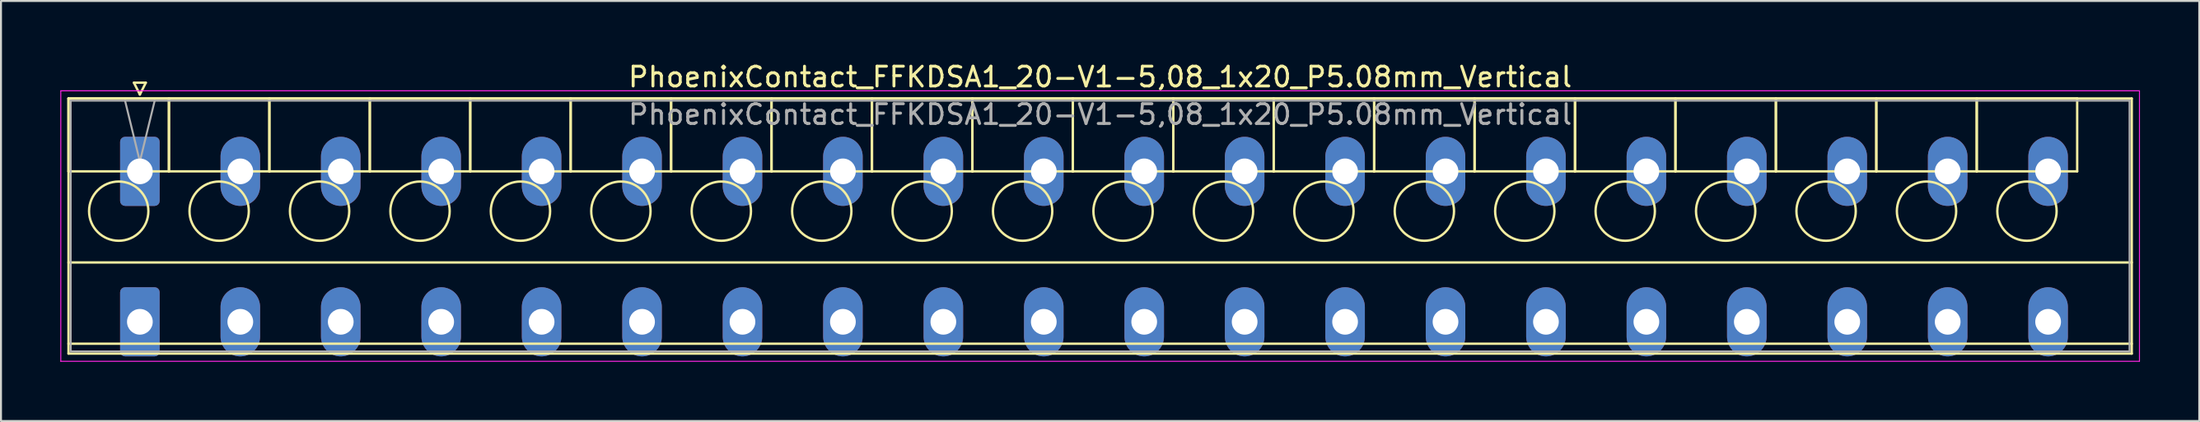
<source format=kicad_pcb>
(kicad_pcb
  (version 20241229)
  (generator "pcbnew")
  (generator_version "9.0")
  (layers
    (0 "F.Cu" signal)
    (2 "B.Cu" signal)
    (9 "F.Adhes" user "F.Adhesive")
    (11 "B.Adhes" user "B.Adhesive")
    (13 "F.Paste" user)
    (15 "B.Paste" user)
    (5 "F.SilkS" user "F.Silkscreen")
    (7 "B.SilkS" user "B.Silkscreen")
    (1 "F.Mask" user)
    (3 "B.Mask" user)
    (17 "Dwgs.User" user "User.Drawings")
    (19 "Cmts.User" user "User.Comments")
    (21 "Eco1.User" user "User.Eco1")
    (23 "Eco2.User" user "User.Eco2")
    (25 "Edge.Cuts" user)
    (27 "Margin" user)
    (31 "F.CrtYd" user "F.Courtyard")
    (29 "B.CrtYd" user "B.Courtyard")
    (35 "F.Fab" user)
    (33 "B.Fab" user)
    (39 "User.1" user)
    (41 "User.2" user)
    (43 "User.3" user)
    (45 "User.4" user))
  (footprint "PhoenixContact_FFKDSA1_20-V1-5,08_1x20_P5.08mm_Vertical"
    (layer "F.Cu")
    (at 4.025 5.628)
    (property "Reference" "PhoenixContact_FFKDSA1_20-V1-5,08_1x20_P5.08mm_Vertical" (at 48.57 -4.78 0) (layer "F.SilkS") (effects (font (size 1 1) (thickness 0.15))))
    (attr through_hole)
    (fp_line (start -3.61 -3.69) (end -3.61 0) (stroke (width 0.12) (type solid)) (layer "F.SilkS"))
    (fp_line (start -3.61 -3.69) (end -3.61 9.23) (stroke (width 0.12) (type solid)) (layer "F.SilkS"))
    (fp_line (start -3.61 0) (end 1.47 0) (stroke (width 0.12) (type solid)) (layer "F.SilkS"))
    (fp_line (start -3.61 4.615) (end 100.75 4.615) (stroke (width 0.12) (type solid)) (layer "F.SilkS"))
    (fp_line (start -3.61 8.73) (end 100.75 8.73) (stroke (width 0.12) (type solid)) (layer "F.SilkS"))
    (fp_line (start -3.61 9.23) (end 100.75 9.23) (stroke (width 0.12) (type solid)) (layer "F.SilkS"))
    (fp_line (start -0.3 -4.49) (end 0.3 -4.49) (stroke (width 0.12) (type solid)) (layer "F.SilkS"))
    (fp_line (start 0 -3.89) (end -0.3 -4.49) (stroke (width 0.12) (type solid)) (layer "F.SilkS"))
    (fp_line (start 0.3 -4.49) (end 0 -3.89) (stroke (width 0.12) (type solid)) (layer "F.SilkS"))
    (fp_line (start 1.47 -3.69) (end -3.61 -3.69) (stroke (width 0.12) (type solid)) (layer "F.SilkS"))
    (fp_line (start 1.47 -3.69) (end 1.47 0) (stroke (width 0.12) (type solid)) (layer "F.SilkS"))
    (fp_line (start 1.47 0) (end 1.47 -3.69) (stroke (width 0.12) (type solid)) (layer "F.SilkS"))
    (fp_line (start 1.47 0) (end 6.55 0) (stroke (width 0.12) (type solid)) (layer "F.SilkS"))
    (fp_line (start 6.55 -3.69) (end 1.47 -3.69) (stroke (width 0.12) (type solid)) (layer "F.SilkS"))
    (fp_line (start 6.55 -3.69) (end 6.55 0) (stroke (width 0.12) (type solid)) (layer "F.SilkS"))
    (fp_line (start 6.55 0) (end 6.55 -3.69) (stroke (width 0.12) (type solid)) (layer "F.SilkS"))
    (fp_line (start 6.55 0) (end 11.63 0) (stroke (width 0.12) (type solid)) (layer "F.SilkS"))
    (fp_line (start 11.63 -3.69) (end 6.55 -3.69) (stroke (width 0.12) (type solid)) (layer "F.SilkS"))
    (fp_line (start 11.63 -3.69) (end 11.63 0) (stroke (width 0.12) (type solid)) (layer "F.SilkS"))
    (fp_line (start 11.63 0) (end 11.63 -3.69) (stroke (width 0.12) (type solid)) (layer "F.SilkS"))
    (fp_line (start 11.63 0) (end 16.71 0) (stroke (width 0.12) (type solid)) (layer "F.SilkS"))
    (fp_line (start 16.71 -3.69) (end 11.63 -3.69) (stroke (width 0.12) (type solid)) (layer "F.SilkS"))
    (fp_line (start 16.71 -3.69) (end 16.71 0) (stroke (width 0.12) (type solid)) (layer "F.SilkS"))
    (fp_line (start 16.71 0) (end 16.71 -3.69) (stroke (width 0.12) (type solid)) (layer "F.SilkS"))
    (fp_line (start 16.71 0) (end 21.79 0) (stroke (width 0.12) (type solid)) (layer "F.SilkS"))
    (fp_line (start 21.79 -3.69) (end 16.71 -3.69) (stroke (width 0.12) (type solid)) (layer "F.SilkS"))
    (fp_line (start 21.79 -3.69) (end 21.79 0) (stroke (width 0.12) (type solid)) (layer "F.SilkS"))
    (fp_line (start 21.79 0) (end 21.79 -3.69) (stroke (width 0.12) (type solid)) (layer "F.SilkS"))
    (fp_line (start 21.79 0) (end 26.87 0) (stroke (width 0.12) (type solid)) (layer "F.SilkS"))
    (fp_line (start 26.87 -3.69) (end 21.79 -3.69) (stroke (width 0.12) (type solid)) (layer "F.SilkS"))
    (fp_line (start 26.87 -3.69) (end 26.87 0) (stroke (width 0.12) (type solid)) (layer "F.SilkS"))
    (fp_line (start 26.87 0) (end 26.87 -3.69) (stroke (width 0.12) (type solid)) (layer "F.SilkS"))
    (fp_line (start 26.87 0) (end 31.95 0) (stroke (width 0.12) (type solid)) (layer "F.SilkS"))
    (fp_line (start 31.95 -3.69) (end 26.87 -3.69) (stroke (width 0.12) (type solid)) (layer "F.SilkS"))
    (fp_line (start 31.95 -3.69) (end 31.95 0) (stroke (width 0.12) (type solid)) (layer "F.SilkS"))
    (fp_line (start 31.95 0) (end 31.95 -3.69) (stroke (width 0.12) (type solid)) (layer "F.SilkS"))
    (fp_line (start 31.95 0) (end 37.03 0) (stroke (width 0.12) (type solid)) (layer "F.SilkS"))
    (fp_line (start 37.03 -3.69) (end 31.95 -3.69) (stroke (width 0.12) (type solid)) (layer "F.SilkS"))
    (fp_line (start 37.03 -3.69) (end 37.03 0) (stroke (width 0.12) (type solid)) (layer "F.SilkS"))
    (fp_line (start 37.03 0) (end 37.03 -3.69) (stroke (width 0.12) (type solid)) (layer "F.SilkS"))
    (fp_line (start 37.03 0) (end 42.11 0) (stroke (width 0.12) (type solid)) (layer "F.SilkS"))
    (fp_line (start 42.11 -3.69) (end 37.03 -3.69) (stroke (width 0.12) (type solid)) (layer "F.SilkS"))
    (fp_line (start 42.11 -3.69) (end 42.11 0) (stroke (width 0.12) (type solid)) (layer "F.SilkS"))
    (fp_line (start 42.11 0) (end 42.11 -3.69) (stroke (width 0.12) (type solid)) (layer "F.SilkS"))
    (fp_line (start 42.11 0) (end 47.19 0) (stroke (width 0.12) (type solid)) (layer "F.SilkS"))
    (fp_line (start 47.19 -3.69) (end 42.11 -3.69) (stroke (width 0.12) (type solid)) (layer "F.SilkS"))
    (fp_line (start 47.19 -3.69) (end 47.19 0) (stroke (width 0.12) (type solid)) (layer "F.SilkS"))
    (fp_line (start 47.19 0) (end 47.19 -3.69) (stroke (width 0.12) (type solid)) (layer "F.SilkS"))
    (fp_line (start 47.19 0) (end 52.27 0) (stroke (width 0.12) (type solid)) (layer "F.SilkS"))
    (fp_line (start 52.27 -3.69) (end 47.19 -3.69) (stroke (width 0.12) (type solid)) (layer "F.SilkS"))
    (fp_line (start 52.27 -3.69) (end 52.27 0) (stroke (width 0.12) (type solid)) (layer "F.SilkS"))
    (fp_line (start 52.27 0) (end 52.27 -3.69) (stroke (width 0.12) (type solid)) (layer "F.SilkS"))
    (fp_line (start 52.27 0) (end 57.35 0) (stroke (width 0.12) (type solid)) (layer "F.SilkS"))
    (fp_line (start 57.35 -3.69) (end 52.27 -3.69) (stroke (width 0.12) (type solid)) (layer "F.SilkS"))
    (fp_line (start 57.35 -3.69) (end 57.35 0) (stroke (width 0.12) (type solid)) (layer "F.SilkS"))
    (fp_line (start 57.35 0) (end 57.35 -3.69) (stroke (width 0.12) (type solid)) (layer "F.SilkS"))
    (fp_line (start 57.35 0) (end 62.43 0) (stroke (width 0.12) (type solid)) (layer "F.SilkS"))
    (fp_line (start 62.43 -3.69) (end 57.35 -3.69) (stroke (width 0.12) (type solid)) (layer "F.SilkS"))
    (fp_line (start 62.43 -3.69) (end 62.43 0) (stroke (width 0.12) (type solid)) (layer "F.SilkS"))
    (fp_line (start 62.43 0) (end 62.43 -3.69) (stroke (width 0.12) (type solid)) (layer "F.SilkS"))
    (fp_line (start 62.43 0) (end 67.51 0) (stroke (width 0.12) (type solid)) (layer "F.SilkS"))
    (fp_line (start 67.51 -3.69) (end 62.43 -3.69) (stroke (width 0.12) (type solid)) (layer "F.SilkS"))
    (fp_line (start 67.51 -3.69) (end 67.51 0) (stroke (width 0.12) (type solid)) (layer "F.SilkS"))
    (fp_line (start 67.51 0) (end 67.51 -3.69) (stroke (width 0.12) (type solid)) (layer "F.SilkS"))
    (fp_line (start 67.51 0) (end 72.59 0) (stroke (width 0.12) (type solid)) (layer "F.SilkS"))
    (fp_line (start 72.59 -3.69) (end 67.51 -3.69) (stroke (width 0.12) (type solid)) (layer "F.SilkS"))
    (fp_line (start 72.59 -3.69) (end 72.59 0) (stroke (width 0.12) (type solid)) (layer "F.SilkS"))
    (fp_line (start 72.59 0) (end 72.59 -3.69) (stroke (width 0.12) (type solid)) (layer "F.SilkS"))
    (fp_line (start 72.59 0) (end 77.67 0) (stroke (width 0.12) (type solid)) (layer "F.SilkS"))
    (fp_line (start 77.67 -3.69) (end 72.59 -3.69) (stroke (width 0.12) (type solid)) (layer "F.SilkS"))
    (fp_line (start 77.67 -3.69) (end 77.67 0) (stroke (width 0.12) (type solid)) (layer "F.SilkS"))
    (fp_line (start 77.67 0) (end 77.67 -3.69) (stroke (width 0.12) (type solid)) (layer "F.SilkS"))
    (fp_line (start 77.67 0) (end 82.75 0) (stroke (width 0.12) (type solid)) (layer "F.SilkS"))
    (fp_line (start 82.75 -3.69) (end 77.67 -3.69) (stroke (width 0.12) (type solid)) (layer "F.SilkS"))
    (fp_line (start 82.75 -3.69) (end 82.75 0) (stroke (width 0.12) (type solid)) (layer "F.SilkS"))
    (fp_line (start 82.75 0) (end 82.75 -3.69) (stroke (width 0.12) (type solid)) (layer "F.SilkS"))
    (fp_line (start 82.75 0) (end 87.83 0) (stroke (width 0.12) (type solid)) (layer "F.SilkS"))
    (fp_line (start 87.83 -3.69) (end 82.75 -3.69) (stroke (width 0.12) (type solid)) (layer "F.SilkS"))
    (fp_line (start 87.83 -3.69) (end 87.83 0) (stroke (width 0.12) (type solid)) (layer "F.SilkS"))
    (fp_line (start 87.83 0) (end 87.83 -3.69) (stroke (width 0.12) (type solid)) (layer "F.SilkS"))
    (fp_line (start 87.83 0) (end 92.91 0) (stroke (width 0.12) (type solid)) (layer "F.SilkS"))
    (fp_line (start 92.91 -3.69) (end 87.83 -3.69) (stroke (width 0.12) (type solid)) (layer "F.SilkS"))
    (fp_line (start 92.91 -3.69) (end 92.91 0) (stroke (width 0.12) (type solid)) (layer "F.SilkS"))
    (fp_line (start 92.91 0) (end 92.91 -3.69) (stroke (width 0.12) (type solid)) (layer "F.SilkS"))
    (fp_line (start 92.91 0) (end 97.99 0) (stroke (width 0.12) (type solid)) (layer "F.SilkS"))
    (fp_line (start 97.99 -3.69) (end 92.91 -3.69) (stroke (width 0.12) (type solid)) (layer "F.SilkS"))
    (fp_line (start 97.99 0) (end 97.99 -3.69) (stroke (width 0.12) (type solid)) (layer "F.SilkS"))
    (fp_line (start 100.75 -3.69) (end -3.61 -3.69) (stroke (width 0.12) (type solid)) (layer "F.SilkS"))
    (fp_line (start 100.75 9.23) (end 100.75 -3.69) (stroke (width 0.12) (type solid)) (layer "F.SilkS"))
    (fp_circle (center -1.07 2.015) (end 0.43 2.015) (stroke (width 0.12) (type solid)) (fill no) (layer "F.SilkS"))
    (fp_circle (center 4.01 2.015) (end 5.51 2.015) (stroke (width 0.12) (type solid)) (fill no) (layer "F.SilkS"))
    (fp_circle (center 9.09 2.015) (end 10.59 2.015) (stroke (width 0.12) (type solid)) (fill no) (layer "F.SilkS"))
    (fp_circle (center 14.17 2.015) (end 15.67 2.015) (stroke (width 0.12) (type solid)) (fill no) (layer "F.SilkS"))
    (fp_circle (center 19.25 2.015) (end 20.75 2.015) (stroke (width 0.12) (type solid)) (fill no) (layer "F.SilkS"))
    (fp_circle (center 24.33 2.015) (end 25.83 2.015) (stroke (width 0.12) (type solid)) (fill no) (layer "F.SilkS"))
    (fp_circle (center 29.41 2.015) (end 30.91 2.015) (stroke (width 0.12) (type solid)) (fill no) (layer "F.SilkS"))
    (fp_circle (center 34.49 2.015) (end 35.99 2.015) (stroke (width 0.12) (type solid)) (fill no) (layer "F.SilkS"))
    (fp_circle (center 39.57 2.015) (end 41.07 2.015) (stroke (width 0.12) (type solid)) (fill no) (layer "F.SilkS"))
    (fp_circle (center 44.65 2.015) (end 46.15 2.015) (stroke (width 0.12) (type solid)) (fill no) (layer "F.SilkS"))
    (fp_circle (center 49.73 2.015) (end 51.23 2.015) (stroke (width 0.12) (type solid)) (fill no) (layer "F.SilkS"))
    (fp_circle (center 54.81 2.015) (end 56.31 2.015) (stroke (width 0.12) (type solid)) (fill no) (layer "F.SilkS"))
    (fp_circle (center 59.89 2.015) (end 61.39 2.015) (stroke (width 0.12) (type solid)) (fill no) (layer "F.SilkS"))
    (fp_circle (center 64.97 2.015) (end 66.47 2.015) (stroke (width 0.12) (type solid)) (fill no) (layer "F.SilkS"))
    (fp_circle (center 70.05 2.015) (end 71.55 2.015) (stroke (width 0.12) (type solid)) (fill no) (layer "F.SilkS"))
    (fp_circle (center 75.13 2.015) (end 76.63 2.015) (stroke (width 0.12) (type solid)) (fill no) (layer "F.SilkS"))
    (fp_circle (center 80.21 2.015) (end 81.71 2.015) (stroke (width 0.12) (type solid)) (fill no) (layer "F.SilkS"))
    (fp_circle (center 85.29 2.015) (end 86.79 2.015) (stroke (width 0.12) (type solid)) (fill no) (layer "F.SilkS"))
    (fp_circle (center 90.37 2.015) (end 91.87 2.015) (stroke (width 0.12) (type solid)) (fill no) (layer "F.SilkS"))
    (fp_circle (center 95.45 2.015) (end 96.95 2.015) (stroke (width 0.12) (type solid)) (fill no) (layer "F.SilkS"))
    (fp_line (start -4 -4.08) (end -4 9.62) (stroke (width 0.05) (type solid)) (layer "F.CrtYd"))
    (fp_line (start -4 9.62) (end 101.14 9.62) (stroke (width 0.05) (type solid)) (layer "F.CrtYd"))
    (fp_line (start 101.14 -4.08) (end -4 -4.08) (stroke (width 0.05) (type solid)) (layer "F.CrtYd"))
    (fp_line (start 101.14 9.62) (end 101.14 -4.08) (stroke (width 0.05) (type solid)) (layer "F.CrtYd"))
    (fp_line (start -3.5 -3.58) (end -3.5 9.12) (stroke (width 0.1) (type solid)) (layer "F.Fab"))
    (fp_line (start -3.5 9.12) (end 100.64 9.12) (stroke (width 0.1) (type solid)) (layer "F.Fab"))
    (fp_line (start 0 -0.5) (end -0.75 -3.58) (stroke (width 0.1) (type solid)) (layer "F.Fab"))
    (fp_line (start 0.75 -3.58) (end 0 -0.5) (stroke (width 0.1) (type solid)) (layer "F.Fab"))
    (fp_line (start 100.64 -3.58) (end -3.5 -3.58) (stroke (width 0.1) (type solid)) (layer "F.Fab"))
    (fp_line (start 100.64 9.12) (end 100.64 -3.58) (stroke (width 0.1) (type solid)) (layer "F.Fab"))
    (fp_text user "${REFERENCE}" (at 48.57 -2.88 0) (layer "F.Fab") (effects (font (size 1 1) (thickness 0.15))))
    (pad "1" thru_hole roundrect (at 0 0) (size 2 3.5) (drill 1.3) (layers "*.Cu" "*.Mask") (roundrect_rratio 0.125))
    (pad "1" thru_hole roundrect (at 0 7.62) (size 2 3.5) (drill 1.3) (layers "*.Cu" "*.Mask") (roundrect_rratio 0.125))
    (pad "2" thru_hole oval (at 5.08 0) (size 2 3.5) (drill 1.3) (layers "*.Cu" "*.Mask"))
    (pad "2" thru_hole oval (at 5.08 7.62) (size 2 3.5) (drill 1.3) (layers "*.Cu" "*.Mask"))
    (pad "3" thru_hole oval (at 10.16 0) (size 2 3.5) (drill 1.3) (layers "*.Cu" "*.Mask"))
    (pad "3" thru_hole oval (at 10.16 7.62) (size 2 3.5) (drill 1.3) (layers "*.Cu" "*.Mask"))
    (pad "4" thru_hole oval (at 15.24 0) (size 2 3.5) (drill 1.3) (layers "*.Cu" "*.Mask"))
    (pad "4" thru_hole oval (at 15.24 7.62) (size 2 3.5) (drill 1.3) (layers "*.Cu" "*.Mask"))
    (pad "5" thru_hole oval (at 20.32 0) (size 2 3.5) (drill 1.3) (layers "*.Cu" "*.Mask"))
    (pad "5" thru_hole oval (at 20.32 7.62) (size 2 3.5) (drill 1.3) (layers "*.Cu" "*.Mask"))
    (pad "6" thru_hole oval (at 25.4 0) (size 2 3.5) (drill 1.3) (layers "*.Cu" "*.Mask"))
    (pad "6" thru_hole oval (at 25.4 7.62) (size 2 3.5) (drill 1.3) (layers "*.Cu" "*.Mask"))
    (pad "7" thru_hole oval (at 30.48 0) (size 2 3.5) (drill 1.3) (layers "*.Cu" "*.Mask"))
    (pad "7" thru_hole oval (at 30.48 7.62) (size 2 3.5) (drill 1.3) (layers "*.Cu" "*.Mask"))
    (pad "8" thru_hole oval (at 35.56 0) (size 2 3.5) (drill 1.3) (layers "*.Cu" "*.Mask"))
    (pad "8" thru_hole oval (at 35.56 7.62) (size 2 3.5) (drill 1.3) (layers "*.Cu" "*.Mask"))
    (pad "9" thru_hole oval (at 40.64 0) (size 2 3.5) (drill 1.3) (layers "*.Cu" "*.Mask"))
    (pad "9" thru_hole oval (at 40.64 7.62) (size 2 3.5) (drill 1.3) (layers "*.Cu" "*.Mask"))
    (pad "10" thru_hole oval (at 45.72 0) (size 2 3.5) (drill 1.3) (layers "*.Cu" "*.Mask"))
    (pad "10" thru_hole oval (at 45.72 7.62) (size 2 3.5) (drill 1.3) (layers "*.Cu" "*.Mask"))
    (pad "11" thru_hole oval (at 50.8 0) (size 2 3.5) (drill 1.3) (layers "*.Cu" "*.Mask"))
    (pad "11" thru_hole oval (at 50.8 7.62) (size 2 3.5) (drill 1.3) (layers "*.Cu" "*.Mask"))
    (pad "12" thru_hole oval (at 55.88 0) (size 2 3.5) (drill 1.3) (layers "*.Cu" "*.Mask"))
    (pad "12" thru_hole oval (at 55.88 7.62) (size 2 3.5) (drill 1.3) (layers "*.Cu" "*.Mask"))
    (pad "13" thru_hole oval (at 60.96 0) (size 2 3.5) (drill 1.3) (layers "*.Cu" "*.Mask"))
    (pad "13" thru_hole oval (at 60.96 7.62) (size 2 3.5) (drill 1.3) (layers "*.Cu" "*.Mask"))
    (pad "14" thru_hole oval (at 66.04 0) (size 2 3.5) (drill 1.3) (layers "*.Cu" "*.Mask"))
    (pad "14" thru_hole oval (at 66.04 7.62) (size 2 3.5) (drill 1.3) (layers "*.Cu" "*.Mask"))
    (pad "15" thru_hole oval (at 71.12 0) (size 2 3.5) (drill 1.3) (layers "*.Cu" "*.Mask"))
    (pad "15" thru_hole oval (at 71.12 7.62) (size 2 3.5) (drill 1.3) (layers "*.Cu" "*.Mask"))
    (pad "16" thru_hole oval (at 76.2 0) (size 2 3.5) (drill 1.3) (layers "*.Cu" "*.Mask"))
    (pad "16" thru_hole oval (at 76.2 7.62) (size 2 3.5) (drill 1.3) (layers "*.Cu" "*.Mask"))
    (pad "17" thru_hole oval (at 81.28 0) (size 2 3.5) (drill 1.3) (layers "*.Cu" "*.Mask"))
    (pad "17" thru_hole oval (at 81.28 7.62) (size 2 3.5) (drill 1.3) (layers "*.Cu" "*.Mask"))
    (pad "18" thru_hole oval (at 86.36 0) (size 2 3.5) (drill 1.3) (layers "*.Cu" "*.Mask"))
    (pad "18" thru_hole oval (at 86.36 7.62) (size 2 3.5) (drill 1.3) (layers "*.Cu" "*.Mask"))
    (pad "19" thru_hole oval (at 91.44 0) (size 2 3.5) (drill 1.3) (layers "*.Cu" "*.Mask"))
    (pad "19" thru_hole oval (at 91.44 7.62) (size 2 3.5) (drill 1.3) (layers "*.Cu" "*.Mask"))
    (pad "20" thru_hole oval (at 96.52 0) (size 2 3.5) (drill 1.3) (layers "*.Cu" "*.Mask"))
    (pad "20" thru_hole oval (at 96.52 7.62) (size 2 3.5) (drill 1.3) (layers "*.Cu" "*.Mask")))
  (gr_rect
    (start -3 -3)
    (end 108.19 18.273)
    (stroke (width 0.1) (type default))
    (fill no)
    (layer "Edge.Cuts")))
</source>
